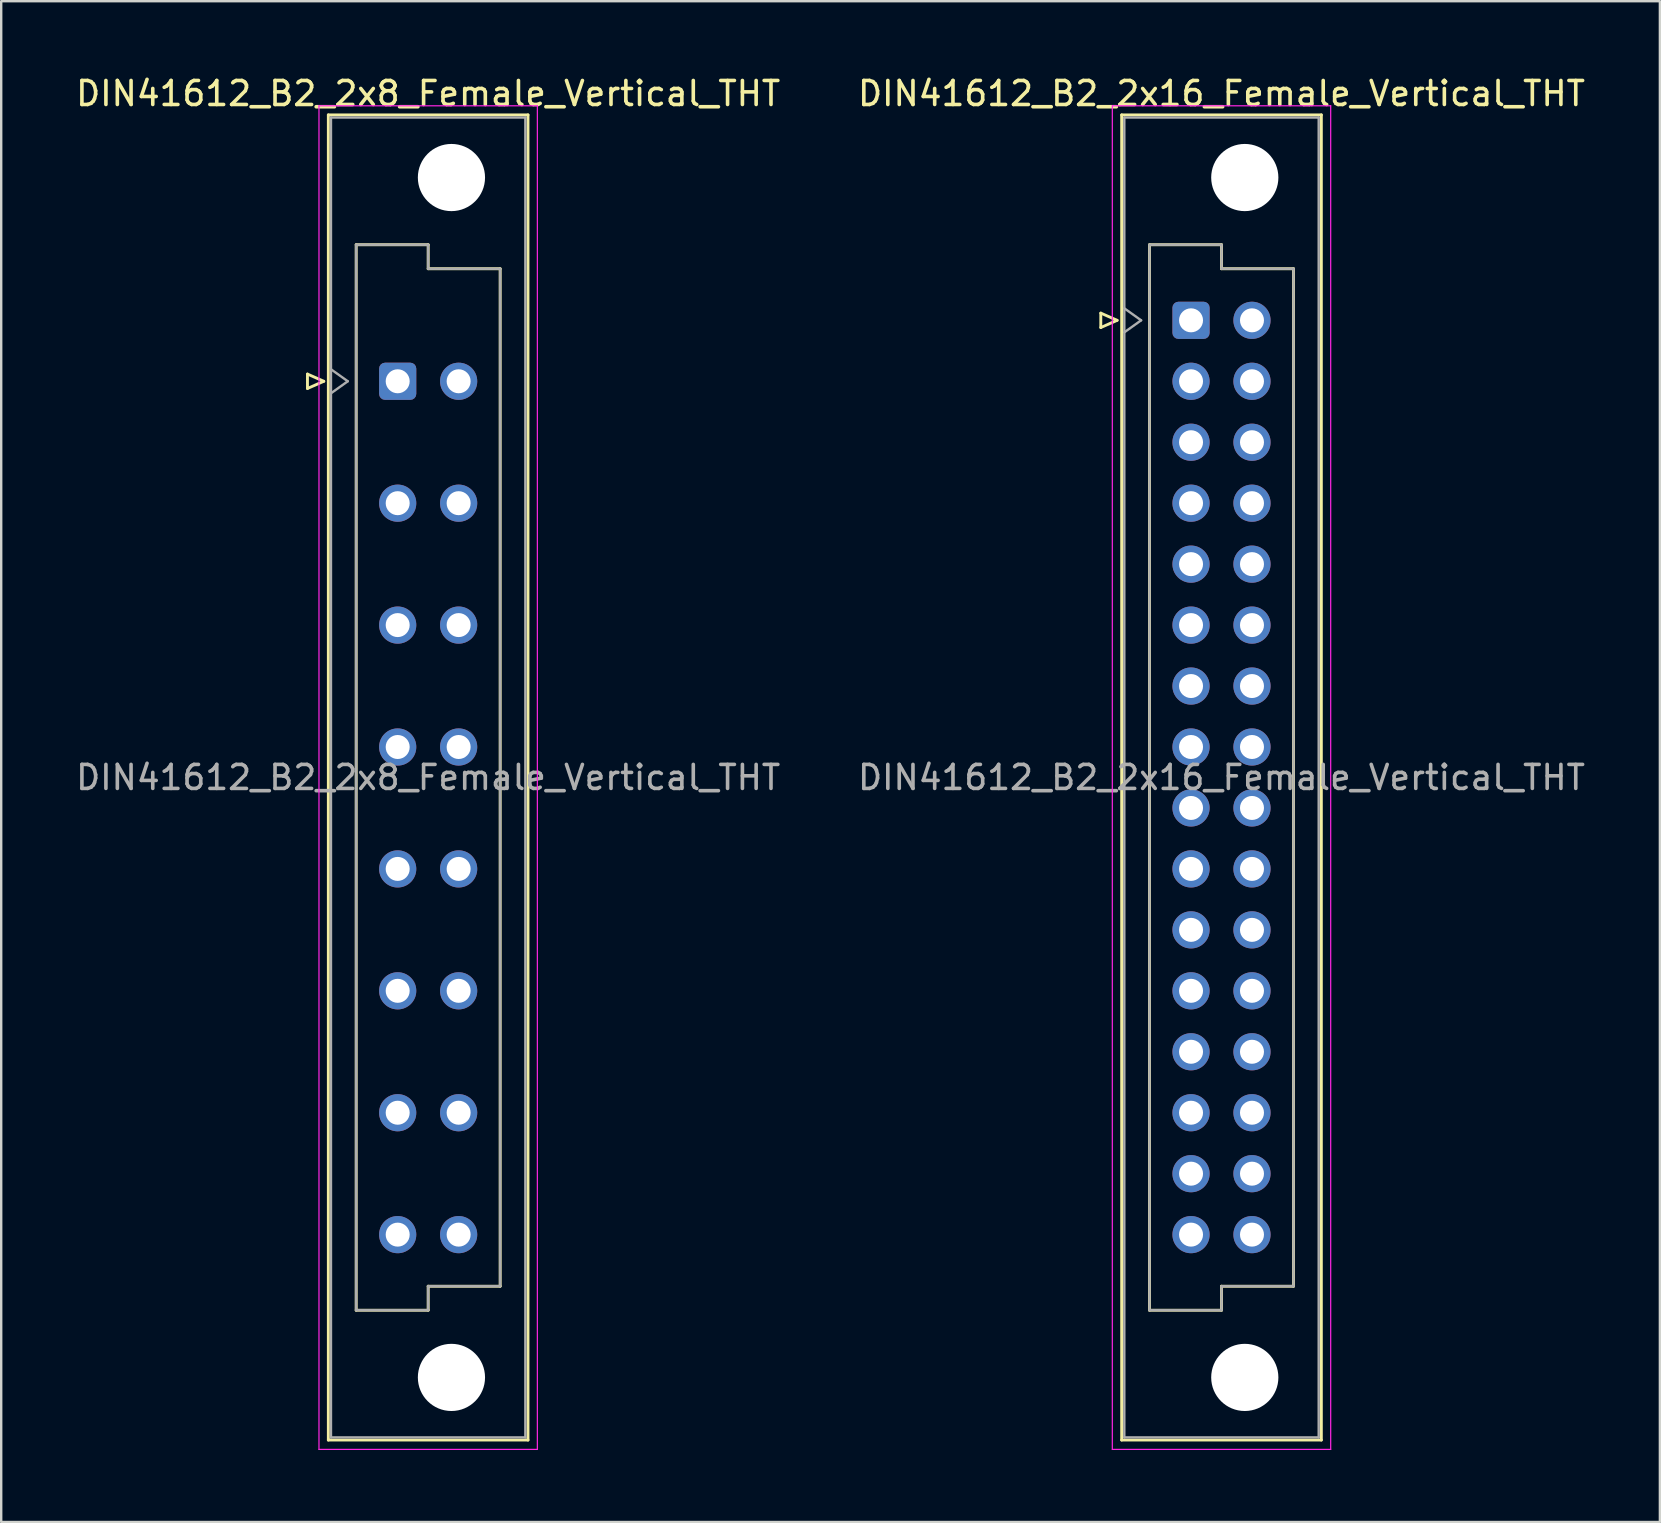
<source format=kicad_pcb>
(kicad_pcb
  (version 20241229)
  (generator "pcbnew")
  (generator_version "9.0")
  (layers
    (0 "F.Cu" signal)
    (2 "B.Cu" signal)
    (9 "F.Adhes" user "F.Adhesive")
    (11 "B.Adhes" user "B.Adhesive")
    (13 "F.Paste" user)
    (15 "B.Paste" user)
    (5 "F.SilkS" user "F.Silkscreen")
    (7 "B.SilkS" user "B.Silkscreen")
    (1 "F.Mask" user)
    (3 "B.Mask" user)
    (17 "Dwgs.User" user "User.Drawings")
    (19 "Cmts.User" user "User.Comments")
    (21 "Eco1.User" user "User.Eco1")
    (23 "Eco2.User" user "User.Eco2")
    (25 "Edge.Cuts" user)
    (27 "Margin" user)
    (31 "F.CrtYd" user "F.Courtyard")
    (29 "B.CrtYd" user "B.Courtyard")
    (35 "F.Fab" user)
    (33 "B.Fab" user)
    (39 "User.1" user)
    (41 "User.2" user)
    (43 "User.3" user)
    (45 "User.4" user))
  (footprint "DIN41612_B2_2x16_Female_Vertical_THT"
    (layer "F.Cu")
    (at 46.581 10.298)
    (property "Reference" "DIN41612_B2_2x16_Female_Vertical_THT" (at 1.27 -9.45 0) (layer "F.SilkS") (effects (font (size 1 1) (thickness 0.15))))
    (attr through_hole)
    (fp_line (start -3.76 -0.3) (end -3.76 0.3) (stroke (width 0.12) (type solid)) (layer "F.SilkS"))
    (fp_line (start -3.76 0.3) (end -3.08 0) (stroke (width 0.12) (type solid)) (layer "F.SilkS"))
    (fp_line (start -3.08 0) (end -3.76 -0.3) (stroke (width 0.12) (type solid)) (layer "F.SilkS"))
    (fp_line (start -2.89 -8.56) (end 5.43 -8.56) (stroke (width 0.12) (type solid)) (layer "F.SilkS"))
    (fp_line (start -2.89 46.66) (end -2.89 -8.56) (stroke (width 0.12) (type solid)) (layer "F.SilkS"))
    (fp_line (start -1.73 -3.15) (end 1.27 -3.15) (stroke (width 0.12) (type solid)) (layer "F.SilkS"))
    (fp_line (start -1.73 41.25) (end -1.73 -3.15) (stroke (width 0.12) (type solid)) (layer "F.SilkS"))
    (fp_line (start 1.27 -3.15) (end 1.27 -2.15) (stroke (width 0.12) (type solid)) (layer "F.SilkS"))
    (fp_line (start 1.27 -2.15) (end 4.27 -2.15) (stroke (width 0.12) (type solid)) (layer "F.SilkS"))
    (fp_line (start 1.27 40.25) (end 1.27 41.25) (stroke (width 0.12) (type solid)) (layer "F.SilkS"))
    (fp_line (start 1.27 41.25) (end -1.73 41.25) (stroke (width 0.12) (type solid)) (layer "F.SilkS"))
    (fp_line (start 4.27 -2.15) (end 4.27 40.25) (stroke (width 0.12) (type solid)) (layer "F.SilkS"))
    (fp_line (start 4.27 40.25) (end 1.27 40.25) (stroke (width 0.12) (type solid)) (layer "F.SilkS"))
    (fp_line (start 5.43 -8.56) (end 5.43 46.66) (stroke (width 0.12) (type solid)) (layer "F.SilkS"))
    (fp_line (start 5.43 46.66) (end -2.89 46.66) (stroke (width 0.12) (type solid)) (layer "F.SilkS"))
    (fp_line (start -3.28 -8.94) (end 5.82 -8.94) (stroke (width 0.05) (type solid)) (layer "F.CrtYd"))
    (fp_line (start -3.28 47.05) (end -3.28 -8.94) (stroke (width 0.05) (type solid)) (layer "F.CrtYd"))
    (fp_line (start 5.82 -8.94) (end 5.82 47.05) (stroke (width 0.05) (type solid)) (layer "F.CrtYd"))
    (fp_line (start 5.82 47.05) (end -3.28 47.05) (stroke (width 0.05) (type solid)) (layer "F.CrtYd"))
    (fp_line (start -2.78 -8.45) (end 5.32 -8.45) (stroke (width 0.1) (type solid)) (layer "F.Fab"))
    (fp_line (start -2.78 -0.5) (end -2.08 0) (stroke (width 0.1) (type solid)) (layer "F.Fab"))
    (fp_line (start -2.78 46.55) (end -2.78 -8.45) (stroke (width 0.1) (type solid)) (layer "F.Fab"))
    (fp_line (start -2.08 0) (end -2.78 0.5) (stroke (width 0.1) (type solid)) (layer "F.Fab"))
    (fp_line (start -1.73 -3.15) (end 1.27 -3.15) (stroke (width 0.1) (type solid)) (layer "F.Fab"))
    (fp_line (start -1.73 41.25) (end -1.73 -3.15) (stroke (width 0.1) (type solid)) (layer "F.Fab"))
    (fp_line (start 1.27 -3.15) (end 1.27 -2.15) (stroke (width 0.1) (type solid)) (layer "F.Fab"))
    (fp_line (start 1.27 -2.15) (end 4.27 -2.15) (stroke (width 0.1) (type solid)) (layer "F.Fab"))
    (fp_line (start 1.27 40.25) (end 1.27 41.25) (stroke (width 0.1) (type solid)) (layer "F.Fab"))
    (fp_line (start 1.27 41.25) (end -1.73 41.25) (stroke (width 0.1) (type solid)) (layer "F.Fab"))
    (fp_line (start 4.27 -2.15) (end 4.27 40.25) (stroke (width 0.1) (type solid)) (layer "F.Fab"))
    (fp_line (start 4.27 40.25) (end 1.27 40.25) (stroke (width 0.1) (type solid)) (layer "F.Fab"))
    (fp_line (start 5.32 -8.45) (end 5.32 46.55) (stroke (width 0.1) (type solid)) (layer "F.Fab"))
    (fp_line (start 5.32 46.55) (end -2.78 46.55) (stroke (width 0.1) (type solid)) (layer "F.Fab"))
    (fp_text user "${REFERENCE}" (at 1.27 19.05 0) (layer "F.Fab") (effects (font (size 1 1) (thickness 0.15))))
    (pad "" np_thru_hole circle (at 2.24 -5.95) (size 2.8 2.8) (drill 2.8) (layers "*.Cu" "*.Mask"))
    (pad "" np_thru_hole circle (at 2.24 44.05) (size 2.8 2.8) (drill 2.8) (layers "*.Cu" "*.Mask"))
    (pad "a1" thru_hole roundrect (at 0 0) (size 1.55 1.55) (drill 1) (layers "*.Cu" "*.Mask") (roundrect_rratio 0.161))
    (pad "a2" thru_hole circle (at 0 2.54) (size 1.55 1.55) (drill 1) (layers "*.Cu" "*.Mask"))
    (pad "a3" thru_hole circle (at 0 5.08) (size 1.55 1.55) (drill 1) (layers "*.Cu" "*.Mask"))
    (pad "a4" thru_hole circle (at 0 7.62) (size 1.55 1.55) (drill 1) (layers "*.Cu" "*.Mask"))
    (pad "a5" thru_hole circle (at 0 10.16) (size 1.55 1.55) (drill 1) (layers "*.Cu" "*.Mask"))
    (pad "a6" thru_hole circle (at 0 12.7) (size 1.55 1.55) (drill 1) (layers "*.Cu" "*.Mask"))
    (pad "a7" thru_hole circle (at 0 15.24) (size 1.55 1.55) (drill 1) (layers "*.Cu" "*.Mask"))
    (pad "a8" thru_hole circle (at 0 17.78) (size 1.55 1.55) (drill 1) (layers "*.Cu" "*.Mask"))
    (pad "a9" thru_hole circle (at 0 20.32) (size 1.55 1.55) (drill 1) (layers "*.Cu" "*.Mask"))
    (pad "a10" thru_hole circle (at 0 22.86) (size 1.55 1.55) (drill 1) (layers "*.Cu" "*.Mask"))
    (pad "a11" thru_hole circle (at 0 25.4) (size 1.55 1.55) (drill 1) (layers "*.Cu" "*.Mask"))
    (pad "a12" thru_hole circle (at 0 27.94) (size 1.55 1.55) (drill 1) (layers "*.Cu" "*.Mask"))
    (pad "a13" thru_hole circle (at 0 30.48) (size 1.55 1.55) (drill 1) (layers "*.Cu" "*.Mask"))
    (pad "a14" thru_hole circle (at 0 33.02) (size 1.55 1.55) (drill 1) (layers "*.Cu" "*.Mask"))
    (pad "a15" thru_hole circle (at 0 35.56) (size 1.55 1.55) (drill 1) (layers "*.Cu" "*.Mask"))
    (pad "a16" thru_hole circle (at 0 38.1) (size 1.55 1.55) (drill 1) (layers "*.Cu" "*.Mask"))
    (pad "b1" thru_hole circle (at 2.54 0) (size 1.55 1.55) (drill 1) (layers "*.Cu" "*.Mask"))
    (pad "b2" thru_hole circle (at 2.54 2.54) (size 1.55 1.55) (drill 1) (layers "*.Cu" "*.Mask"))
    (pad "b3" thru_hole circle (at 2.54 5.08) (size 1.55 1.55) (drill 1) (layers "*.Cu" "*.Mask"))
    (pad "b4" thru_hole circle (at 2.54 7.62) (size 1.55 1.55) (drill 1) (layers "*.Cu" "*.Mask"))
    (pad "b5" thru_hole circle (at 2.54 10.16) (size 1.55 1.55) (drill 1) (layers "*.Cu" "*.Mask"))
    (pad "b6" thru_hole circle (at 2.54 12.7) (size 1.55 1.55) (drill 1) (layers "*.Cu" "*.Mask"))
    (pad "b7" thru_hole circle (at 2.54 15.24) (size 1.55 1.55) (drill 1) (layers "*.Cu" "*.Mask"))
    (pad "b8" thru_hole circle (at 2.54 17.78) (size 1.55 1.55) (drill 1) (layers "*.Cu" "*.Mask"))
    (pad "b9" thru_hole circle (at 2.54 20.32) (size 1.55 1.55) (drill 1) (layers "*.Cu" "*.Mask"))
    (pad "b10" thru_hole circle (at 2.54 22.86) (size 1.55 1.55) (drill 1) (layers "*.Cu" "*.Mask"))
    (pad "b11" thru_hole circle (at 2.54 25.4) (size 1.55 1.55) (drill 1) (layers "*.Cu" "*.Mask"))
    (pad "b12" thru_hole circle (at 2.54 27.94) (size 1.55 1.55) (drill 1) (layers "*.Cu" "*.Mask"))
    (pad "b13" thru_hole circle (at 2.54 30.48) (size 1.55 1.55) (drill 1) (layers "*.Cu" "*.Mask"))
    (pad "b14" thru_hole circle (at 2.54 33.02) (size 1.55 1.55) (drill 1) (layers "*.Cu" "*.Mask"))
    (pad "b15" thru_hole circle (at 2.54 35.56) (size 1.55 1.55) (drill 1) (layers "*.Cu" "*.Mask"))
    (pad "b16" thru_hole circle (at 2.54 38.1) (size 1.55 1.55) (drill 1) (layers "*.Cu" "*.Mask")))
  (footprint "DIN41612_B2_2x8_Female_Vertical_THT"
    (layer "F.Cu")
    (at 13.522 10.298)
    (property "Reference" "DIN41612_B2_2x8_Female_Vertical_THT" (at 1.27 -9.45 0) (layer "F.SilkS") (effects (font (size 1 1) (thickness 0.15))))
    (attr through_hole)
    (fp_line (start -3.76 2.24) (end -3.76 2.84) (stroke (width 0.12) (type solid)) (layer "F.SilkS"))
    (fp_line (start -3.76 2.84) (end -3.08 2.54) (stroke (width 0.12) (type solid)) (layer "F.SilkS"))
    (fp_line (start -3.08 2.54) (end -3.76 2.24) (stroke (width 0.12) (type solid)) (layer "F.SilkS"))
    (fp_line (start -2.89 -8.56) (end 5.43 -8.56) (stroke (width 0.12) (type solid)) (layer "F.SilkS"))
    (fp_line (start -2.89 46.66) (end -2.89 -8.56) (stroke (width 0.12) (type solid)) (layer "F.SilkS"))
    (fp_line (start -1.73 -3.15) (end 1.27 -3.15) (stroke (width 0.12) (type solid)) (layer "F.SilkS"))
    (fp_line (start -1.73 41.25) (end -1.73 -3.15) (stroke (width 0.12) (type solid)) (layer "F.SilkS"))
    (fp_line (start 1.27 -3.15) (end 1.27 -2.15) (stroke (width 0.12) (type solid)) (layer "F.SilkS"))
    (fp_line (start 1.27 -2.15) (end 4.27 -2.15) (stroke (width 0.12) (type solid)) (layer "F.SilkS"))
    (fp_line (start 1.27 40.25) (end 1.27 41.25) (stroke (width 0.12) (type solid)) (layer "F.SilkS"))
    (fp_line (start 1.27 41.25) (end -1.73 41.25) (stroke (width 0.12) (type solid)) (layer "F.SilkS"))
    (fp_line (start 4.27 -2.15) (end 4.27 40.25) (stroke (width 0.12) (type solid)) (layer "F.SilkS"))
    (fp_line (start 4.27 40.25) (end 1.27 40.25) (stroke (width 0.12) (type solid)) (layer "F.SilkS"))
    (fp_line (start 5.43 -8.56) (end 5.43 46.66) (stroke (width 0.12) (type solid)) (layer "F.SilkS"))
    (fp_line (start 5.43 46.66) (end -2.89 46.66) (stroke (width 0.12) (type solid)) (layer "F.SilkS"))
    (fp_line (start -3.28 -8.94) (end 5.82 -8.94) (stroke (width 0.05) (type solid)) (layer "F.CrtYd"))
    (fp_line (start -3.28 47.05) (end -3.28 -8.94) (stroke (width 0.05) (type solid)) (layer "F.CrtYd"))
    (fp_line (start 5.82 -8.94) (end 5.82 47.05) (stroke (width 0.05) (type solid)) (layer "F.CrtYd"))
    (fp_line (start 5.82 47.05) (end -3.28 47.05) (stroke (width 0.05) (type solid)) (layer "F.CrtYd"))
    (fp_line (start -2.78 -8.45) (end 5.32 -8.45) (stroke (width 0.1) (type solid)) (layer "F.Fab"))
    (fp_line (start -2.78 2.04) (end -2.08 2.54) (stroke (width 0.1) (type solid)) (layer "F.Fab"))
    (fp_line (start -2.78 46.55) (end -2.78 -8.45) (stroke (width 0.1) (type solid)) (layer "F.Fab"))
    (fp_line (start -2.08 2.54) (end -2.78 3.04) (stroke (width 0.1) (type solid)) (layer "F.Fab"))
    (fp_line (start -1.73 -3.15) (end 1.27 -3.15) (stroke (width 0.1) (type solid)) (layer "F.Fab"))
    (fp_line (start -1.73 41.25) (end -1.73 -3.15) (stroke (width 0.1) (type solid)) (layer "F.Fab"))
    (fp_line (start 1.27 -3.15) (end 1.27 -2.15) (stroke (width 0.1) (type solid)) (layer "F.Fab"))
    (fp_line (start 1.27 -2.15) (end 4.27 -2.15) (stroke (width 0.1) (type solid)) (layer "F.Fab"))
    (fp_line (start 1.27 40.25) (end 1.27 41.25) (stroke (width 0.1) (type solid)) (layer "F.Fab"))
    (fp_line (start 1.27 41.25) (end -1.73 41.25) (stroke (width 0.1) (type solid)) (layer "F.Fab"))
    (fp_line (start 4.27 -2.15) (end 4.27 40.25) (stroke (width 0.1) (type solid)) (layer "F.Fab"))
    (fp_line (start 4.27 40.25) (end 1.27 40.25) (stroke (width 0.1) (type solid)) (layer "F.Fab"))
    (fp_line (start 5.32 -8.45) (end 5.32 46.55) (stroke (width 0.1) (type solid)) (layer "F.Fab"))
    (fp_line (start 5.32 46.55) (end -2.78 46.55) (stroke (width 0.1) (type solid)) (layer "F.Fab"))
    (fp_text user "${REFERENCE}" (at 1.27 19.05 0) (layer "F.Fab") (effects (font (size 1 1) (thickness 0.15))))
    (pad "" np_thru_hole circle (at 2.24 -5.95) (size 2.8 2.8) (drill 2.8) (layers "*.Cu" "*.Mask"))
    (pad "" np_thru_hole circle (at 2.24 44.05) (size 2.8 2.8) (drill 2.8) (layers "*.Cu" "*.Mask"))
    (pad "a2" thru_hole roundrect (at 0 2.54) (size 1.55 1.55) (drill 1) (layers "*.Cu" "*.Mask") (roundrect_rratio 0.161))
    (pad "a4" thru_hole circle (at 0 7.62) (size 1.55 1.55) (drill 1) (layers "*.Cu" "*.Mask"))
    (pad "a6" thru_hole circle (at 0 12.7) (size 1.55 1.55) (drill 1) (layers "*.Cu" "*.Mask"))
    (pad "a8" thru_hole circle (at 0 17.78) (size 1.55 1.55) (drill 1) (layers "*.Cu" "*.Mask"))
    (pad "a10" thru_hole circle (at 0 22.86) (size 1.55 1.55) (drill 1) (layers "*.Cu" "*.Mask"))
    (pad "a12" thru_hole circle (at 0 27.94) (size 1.55 1.55) (drill 1) (layers "*.Cu" "*.Mask"))
    (pad "a14" thru_hole circle (at 0 33.02) (size 1.55 1.55) (drill 1) (layers "*.Cu" "*.Mask"))
    (pad "a16" thru_hole circle (at 0 38.1) (size 1.55 1.55) (drill 1) (layers "*.Cu" "*.Mask"))
    (pad "b2" thru_hole circle (at 2.54 2.54) (size 1.55 1.55) (drill 1) (layers "*.Cu" "*.Mask"))
    (pad "b4" thru_hole circle (at 2.54 7.62) (size 1.55 1.55) (drill 1) (layers "*.Cu" "*.Mask"))
    (pad "b6" thru_hole circle (at 2.54 12.7) (size 1.55 1.55) (drill 1) (layers "*.Cu" "*.Mask"))
    (pad "b8" thru_hole circle (at 2.54 17.78) (size 1.55 1.55) (drill 1) (layers "*.Cu" "*.Mask"))
    (pad "b10" thru_hole circle (at 2.54 22.86) (size 1.55 1.55) (drill 1) (layers "*.Cu" "*.Mask"))
    (pad "b12" thru_hole circle (at 2.54 27.94) (size 1.55 1.55) (drill 1) (layers "*.Cu" "*.Mask"))
    (pad "b14" thru_hole circle (at 2.54 33.02) (size 1.55 1.55) (drill 1) (layers "*.Cu" "*.Mask"))
    (pad "b16" thru_hole circle (at 2.54 38.1) (size 1.55 1.55) (drill 1) (layers "*.Cu" "*.Mask")))
  (gr_rect
    (start -3 -3)
    (end 66.119 60.373)
    (stroke (width 0.1) (type default))
    (fill no)
    (layer "Edge.Cuts")))
</source>
